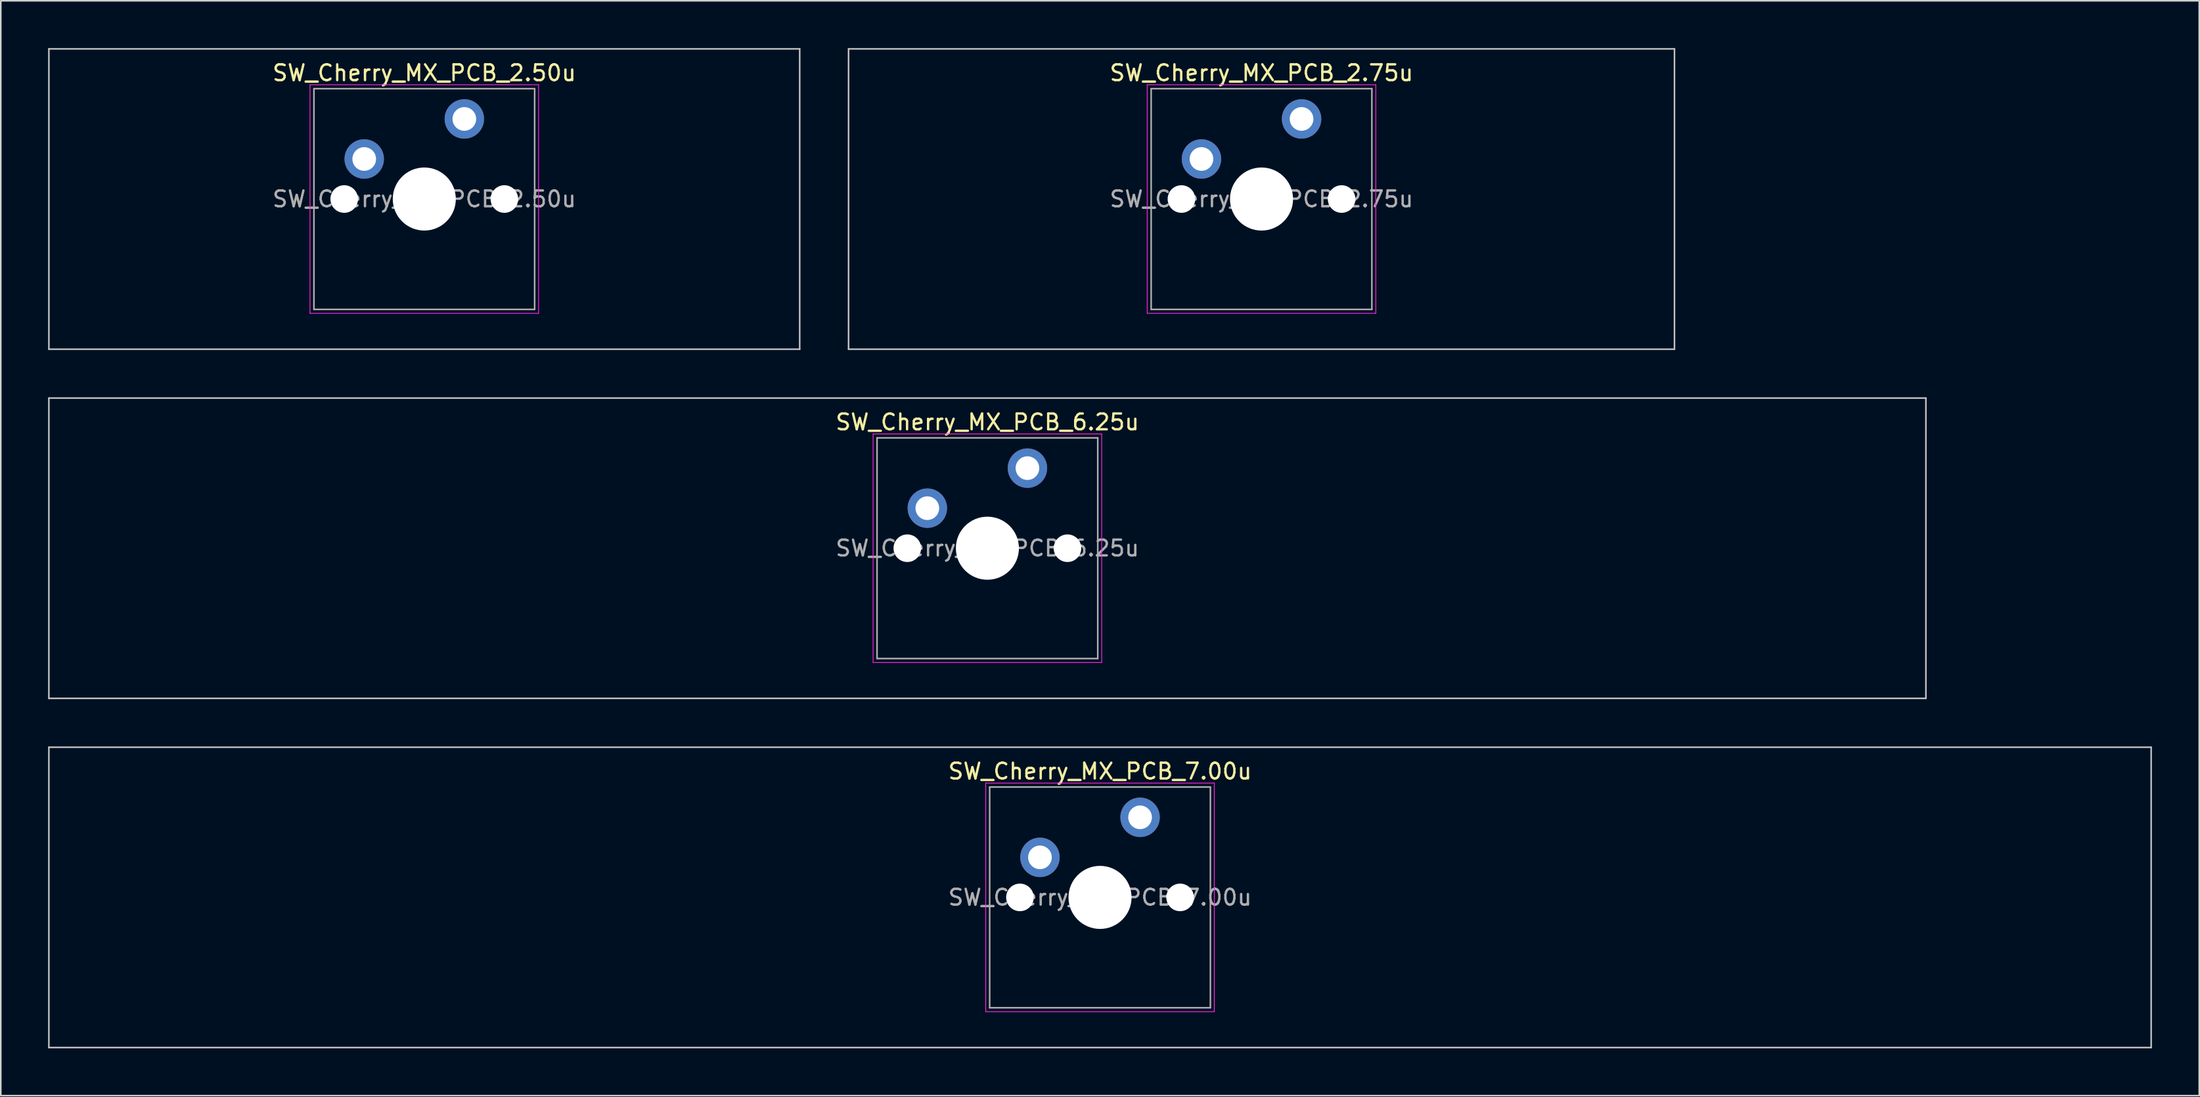
<source format=kicad_pcb>
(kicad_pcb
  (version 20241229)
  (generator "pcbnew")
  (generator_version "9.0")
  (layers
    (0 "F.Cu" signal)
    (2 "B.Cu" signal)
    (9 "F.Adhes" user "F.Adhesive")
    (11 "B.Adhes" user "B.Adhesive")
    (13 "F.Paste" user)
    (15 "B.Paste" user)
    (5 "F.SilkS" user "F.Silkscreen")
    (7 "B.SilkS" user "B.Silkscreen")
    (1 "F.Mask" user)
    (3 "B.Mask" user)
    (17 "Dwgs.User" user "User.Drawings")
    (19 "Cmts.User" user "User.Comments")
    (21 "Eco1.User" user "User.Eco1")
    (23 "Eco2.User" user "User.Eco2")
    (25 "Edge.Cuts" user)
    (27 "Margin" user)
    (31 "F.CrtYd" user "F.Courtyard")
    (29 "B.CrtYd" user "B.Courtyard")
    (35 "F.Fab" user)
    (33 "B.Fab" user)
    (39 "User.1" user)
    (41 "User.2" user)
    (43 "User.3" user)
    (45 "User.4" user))
  (footprint "SW_Cherry_MX_PCB_7.00u"
    (layer "F.Cu")
    (at 66.725 53.875)
    (property "Reference" "SW_Cherry_MX_PCB_7.00u" (at 0 -8 0) (layer "F.SilkS") (effects (font (size 1 1) (thickness 0.15))))
    (attr through_hole)
    (fp_line (start -66.675 -9.525) (end -66.675 9.525) (stroke (width 0.1) (type solid)) (layer "Dwgs.User"))
    (fp_line (start -66.675 9.525) (end 66.675 9.525) (stroke (width 0.1) (type solid)) (layer "Dwgs.User"))
    (fp_line (start 66.675 -9.525) (end -66.675 -9.525) (stroke (width 0.1) (type solid)) (layer "Dwgs.User"))
    (fp_line (start 66.675 9.525) (end 66.675 -9.525) (stroke (width 0.1) (type solid)) (layer "Dwgs.User"))
    (fp_line (start -7 -7) (end -7 7) (stroke (width 0.1) (type solid)) (layer "Eco1.User"))
    (fp_line (start -7 7) (end 7 7) (stroke (width 0.1) (type solid)) (layer "Eco1.User"))
    (fp_line (start 7 -7) (end -7 -7) (stroke (width 0.1) (type solid)) (layer "Eco1.User"))
    (fp_line (start 7 7) (end 7 -7) (stroke (width 0.1) (type solid)) (layer "Eco1.User"))
    (fp_line (start -7.25 -7.25) (end -7.25 7.25) (stroke (width 0.05) (type solid)) (layer "F.CrtYd"))
    (fp_line (start -7.25 7.25) (end 7.25 7.25) (stroke (width 0.05) (type solid)) (layer "F.CrtYd"))
    (fp_line (start 7.25 -7.25) (end -7.25 -7.25) (stroke (width 0.05) (type solid)) (layer "F.CrtYd"))
    (fp_line (start 7.25 7.25) (end 7.25 -7.25) (stroke (width 0.05) (type solid)) (layer "F.CrtYd"))
    (fp_line (start -7 -7) (end -7 7) (stroke (width 0.1) (type solid)) (layer "F.Fab"))
    (fp_line (start -7 7) (end 7 7) (stroke (width 0.1) (type solid)) (layer "F.Fab"))
    (fp_line (start 7 -7) (end -7 -7) (stroke (width 0.1) (type solid)) (layer "F.Fab"))
    (fp_line (start 7 7) (end 7 -7) (stroke (width 0.1) (type solid)) (layer "F.Fab"))
    (fp_text user "${REFERENCE}" (at 0 0 0) (layer "F.Fab") (effects (font (size 1 1) (thickness 0.15))))
    (pad "" np_thru_hole circle (at -5.08 0) (size 1.75 1.75) (drill 1.75) (layers "*.Cu" "*.Mask"))
    (pad "" smd circle (at -3.81 -2.54) (size 1.55 1.55) (layers "F.Mask"))
    (pad "" np_thru_hole circle (at 0 0) (size 4 4) (drill 4) (layers "*.Cu" "*.Mask"))
    (pad "" smd circle (at 2.54 -5.08) (size 1.55 1.55) (layers "F.Mask"))
    (pad "" np_thru_hole circle (at 5.08 0) (size 1.75 1.75) (drill 1.75) (layers "*.Cu" "*.Mask"))
    (pad "1" thru_hole circle (at -3.81 -2.54) (size 2.5 2.5) (drill 1.5) (layers "*.Cu" "B.Mask"))
    (pad "2" thru_hole circle (at 2.54 -5.08) (size 2.5 2.5) (drill 1.5) (layers "*.Cu" "B.Mask")))
  (footprint "SW_Cherry_MX_PCB_2.75u"
    (layer "F.Cu")
    (at 76.969 9.575)
    (property "Reference" "SW_Cherry_MX_PCB_2.75u" (at 0 -8 0) (layer "F.SilkS") (effects (font (size 1 1) (thickness 0.15))))
    (attr through_hole)
    (fp_line (start -26.194 -9.525) (end -26.194 9.525) (stroke (width 0.1) (type solid)) (layer "Dwgs.User"))
    (fp_line (start -26.194 9.525) (end 26.194 9.525) (stroke (width 0.1) (type solid)) (layer "Dwgs.User"))
    (fp_line (start 26.194 -9.525) (end -26.194 -9.525) (stroke (width 0.1) (type solid)) (layer "Dwgs.User"))
    (fp_line (start 26.194 9.525) (end 26.194 -9.525) (stroke (width 0.1) (type solid)) (layer "Dwgs.User"))
    (fp_line (start -7 -7) (end -7 7) (stroke (width 0.1) (type solid)) (layer "Eco1.User"))
    (fp_line (start -7 7) (end 7 7) (stroke (width 0.1) (type solid)) (layer "Eco1.User"))
    (fp_line (start 7 -7) (end -7 -7) (stroke (width 0.1) (type solid)) (layer "Eco1.User"))
    (fp_line (start 7 7) (end 7 -7) (stroke (width 0.1) (type solid)) (layer "Eco1.User"))
    (fp_line (start -7.25 -7.25) (end -7.25 7.25) (stroke (width 0.05) (type solid)) (layer "F.CrtYd"))
    (fp_line (start -7.25 7.25) (end 7.25 7.25) (stroke (width 0.05) (type solid)) (layer "F.CrtYd"))
    (fp_line (start 7.25 -7.25) (end -7.25 -7.25) (stroke (width 0.05) (type solid)) (layer "F.CrtYd"))
    (fp_line (start 7.25 7.25) (end 7.25 -7.25) (stroke (width 0.05) (type solid)) (layer "F.CrtYd"))
    (fp_line (start -7 -7) (end -7 7) (stroke (width 0.1) (type solid)) (layer "F.Fab"))
    (fp_line (start -7 7) (end 7 7) (stroke (width 0.1) (type solid)) (layer "F.Fab"))
    (fp_line (start 7 -7) (end -7 -7) (stroke (width 0.1) (type solid)) (layer "F.Fab"))
    (fp_line (start 7 7) (end 7 -7) (stroke (width 0.1) (type solid)) (layer "F.Fab"))
    (fp_text user "${REFERENCE}" (at 0 0 0) (layer "F.Fab") (effects (font (size 1 1) (thickness 0.15))))
    (pad "" np_thru_hole circle (at -5.08 0) (size 1.75 1.75) (drill 1.75) (layers "*.Cu" "*.Mask"))
    (pad "" smd circle (at -3.81 -2.54) (size 1.55 1.55) (layers "F.Mask"))
    (pad "" np_thru_hole circle (at 0 0) (size 4 4) (drill 4) (layers "*.Cu" "*.Mask"))
    (pad "" smd circle (at 2.54 -5.08) (size 1.55 1.55) (layers "F.Mask"))
    (pad "" np_thru_hole circle (at 5.08 0) (size 1.75 1.75) (drill 1.75) (layers "*.Cu" "*.Mask"))
    (pad "1" thru_hole circle (at -3.81 -2.54) (size 2.5 2.5) (drill 1.5) (layers "*.Cu" "B.Mask"))
    (pad "2" thru_hole circle (at 2.54 -5.08) (size 2.5 2.5) (drill 1.5) (layers "*.Cu" "B.Mask")))
  (footprint "SW_Cherry_MX_PCB_2.50u"
    (layer "F.Cu")
    (at 23.863 9.575)
    (property "Reference" "SW_Cherry_MX_PCB_2.50u" (at 0 -8 0) (layer "F.SilkS") (effects (font (size 1 1) (thickness 0.15))))
    (attr through_hole)
    (fp_line (start -23.812 -9.525) (end -23.812 9.525) (stroke (width 0.1) (type solid)) (layer "Dwgs.User"))
    (fp_line (start -23.812 9.525) (end 23.812 9.525) (stroke (width 0.1) (type solid)) (layer "Dwgs.User"))
    (fp_line (start 23.812 -9.525) (end -23.812 -9.525) (stroke (width 0.1) (type solid)) (layer "Dwgs.User"))
    (fp_line (start 23.812 9.525) (end 23.812 -9.525) (stroke (width 0.1) (type solid)) (layer "Dwgs.User"))
    (fp_line (start -7 -7) (end -7 7) (stroke (width 0.1) (type solid)) (layer "Eco1.User"))
    (fp_line (start -7 7) (end 7 7) (stroke (width 0.1) (type solid)) (layer "Eco1.User"))
    (fp_line (start 7 -7) (end -7 -7) (stroke (width 0.1) (type solid)) (layer "Eco1.User"))
    (fp_line (start 7 7) (end 7 -7) (stroke (width 0.1) (type solid)) (layer "Eco1.User"))
    (fp_line (start -7.25 -7.25) (end -7.25 7.25) (stroke (width 0.05) (type solid)) (layer "F.CrtYd"))
    (fp_line (start -7.25 7.25) (end 7.25 7.25) (stroke (width 0.05) (type solid)) (layer "F.CrtYd"))
    (fp_line (start 7.25 -7.25) (end -7.25 -7.25) (stroke (width 0.05) (type solid)) (layer "F.CrtYd"))
    (fp_line (start 7.25 7.25) (end 7.25 -7.25) (stroke (width 0.05) (type solid)) (layer "F.CrtYd"))
    (fp_line (start -7 -7) (end -7 7) (stroke (width 0.1) (type solid)) (layer "F.Fab"))
    (fp_line (start -7 7) (end 7 7) (stroke (width 0.1) (type solid)) (layer "F.Fab"))
    (fp_line (start 7 -7) (end -7 -7) (stroke (width 0.1) (type solid)) (layer "F.Fab"))
    (fp_line (start 7 7) (end 7 -7) (stroke (width 0.1) (type solid)) (layer "F.Fab"))
    (fp_text user "${REFERENCE}" (at 0 0 0) (layer "F.Fab") (effects (font (size 1 1) (thickness 0.15))))
    (pad "" np_thru_hole circle (at -5.08 0) (size 1.75 1.75) (drill 1.75) (layers "*.Cu" "*.Mask"))
    (pad "" smd circle (at -3.81 -2.54) (size 1.55 1.55) (layers "F.Mask"))
    (pad "" np_thru_hole circle (at 0 0) (size 4 4) (drill 4) (layers "*.Cu" "*.Mask"))
    (pad "" smd circle (at 2.54 -5.08) (size 1.55 1.55) (layers "F.Mask"))
    (pad "" np_thru_hole circle (at 5.08 0) (size 1.75 1.75) (drill 1.75) (layers "*.Cu" "*.Mask"))
    (pad "1" thru_hole circle (at -3.81 -2.54) (size 2.5 2.5) (drill 1.5) (layers "*.Cu" "B.Mask"))
    (pad "2" thru_hole circle (at 2.54 -5.08) (size 2.5 2.5) (drill 1.5) (layers "*.Cu" "B.Mask")))
  (footprint "SW_Cherry_MX_PCB_6.25u"
    (layer "F.Cu")
    (at 59.581 31.725)
    (property "Reference" "SW_Cherry_MX_PCB_6.25u" (at 0 -8 0) (layer "F.SilkS") (effects (font (size 1 1) (thickness 0.15))))
    (attr through_hole)
    (fp_line (start -59.531 -9.525) (end -59.531 9.525) (stroke (width 0.1) (type solid)) (layer "Dwgs.User"))
    (fp_line (start -59.531 9.525) (end 59.531 9.525) (stroke (width 0.1) (type solid)) (layer "Dwgs.User"))
    (fp_line (start 59.531 -9.525) (end -59.531 -9.525) (stroke (width 0.1) (type solid)) (layer "Dwgs.User"))
    (fp_line (start 59.531 9.525) (end 59.531 -9.525) (stroke (width 0.1) (type solid)) (layer "Dwgs.User"))
    (fp_line (start -7 -7) (end -7 7) (stroke (width 0.1) (type solid)) (layer "Eco1.User"))
    (fp_line (start -7 7) (end 7 7) (stroke (width 0.1) (type solid)) (layer "Eco1.User"))
    (fp_line (start 7 -7) (end -7 -7) (stroke (width 0.1) (type solid)) (layer "Eco1.User"))
    (fp_line (start 7 7) (end 7 -7) (stroke (width 0.1) (type solid)) (layer "Eco1.User"))
    (fp_line (start -7.25 -7.25) (end -7.25 7.25) (stroke (width 0.05) (type solid)) (layer "F.CrtYd"))
    (fp_line (start -7.25 7.25) (end 7.25 7.25) (stroke (width 0.05) (type solid)) (layer "F.CrtYd"))
    (fp_line (start 7.25 -7.25) (end -7.25 -7.25) (stroke (width 0.05) (type solid)) (layer "F.CrtYd"))
    (fp_line (start 7.25 7.25) (end 7.25 -7.25) (stroke (width 0.05) (type solid)) (layer "F.CrtYd"))
    (fp_line (start -7 -7) (end -7 7) (stroke (width 0.1) (type solid)) (layer "F.Fab"))
    (fp_line (start -7 7) (end 7 7) (stroke (width 0.1) (type solid)) (layer "F.Fab"))
    (fp_line (start 7 -7) (end -7 -7) (stroke (width 0.1) (type solid)) (layer "F.Fab"))
    (fp_line (start 7 7) (end 7 -7) (stroke (width 0.1) (type solid)) (layer "F.Fab"))
    (fp_text user "${REFERENCE}" (at 0 0 0) (layer "F.Fab") (effects (font (size 1 1) (thickness 0.15))))
    (pad "" np_thru_hole circle (at -5.08 0) (size 1.75 1.75) (drill 1.75) (layers "*.Cu" "*.Mask"))
    (pad "" smd circle (at -3.81 -2.54) (size 1.55 1.55) (layers "F.Mask"))
    (pad "" np_thru_hole circle (at 0 0) (size 4 4) (drill 4) (layers "*.Cu" "*.Mask"))
    (pad "" smd circle (at 2.54 -5.08) (size 1.55 1.55) (layers "F.Mask"))
    (pad "" np_thru_hole circle (at 5.08 0) (size 1.75 1.75) (drill 1.75) (layers "*.Cu" "*.Mask"))
    (pad "1" thru_hole circle (at -3.81 -2.54) (size 2.5 2.5) (drill 1.5) (layers "*.Cu" "B.Mask"))
    (pad "2" thru_hole circle (at 2.54 -5.08) (size 2.5 2.5) (drill 1.5) (layers "*.Cu" "B.Mask")))
  (gr_rect
    (start -3 -3)
    (end 136.45 66.45)
    (stroke (width 0.1) (type default))
    (fill no)
    (layer "Edge.Cuts")))
</source>
